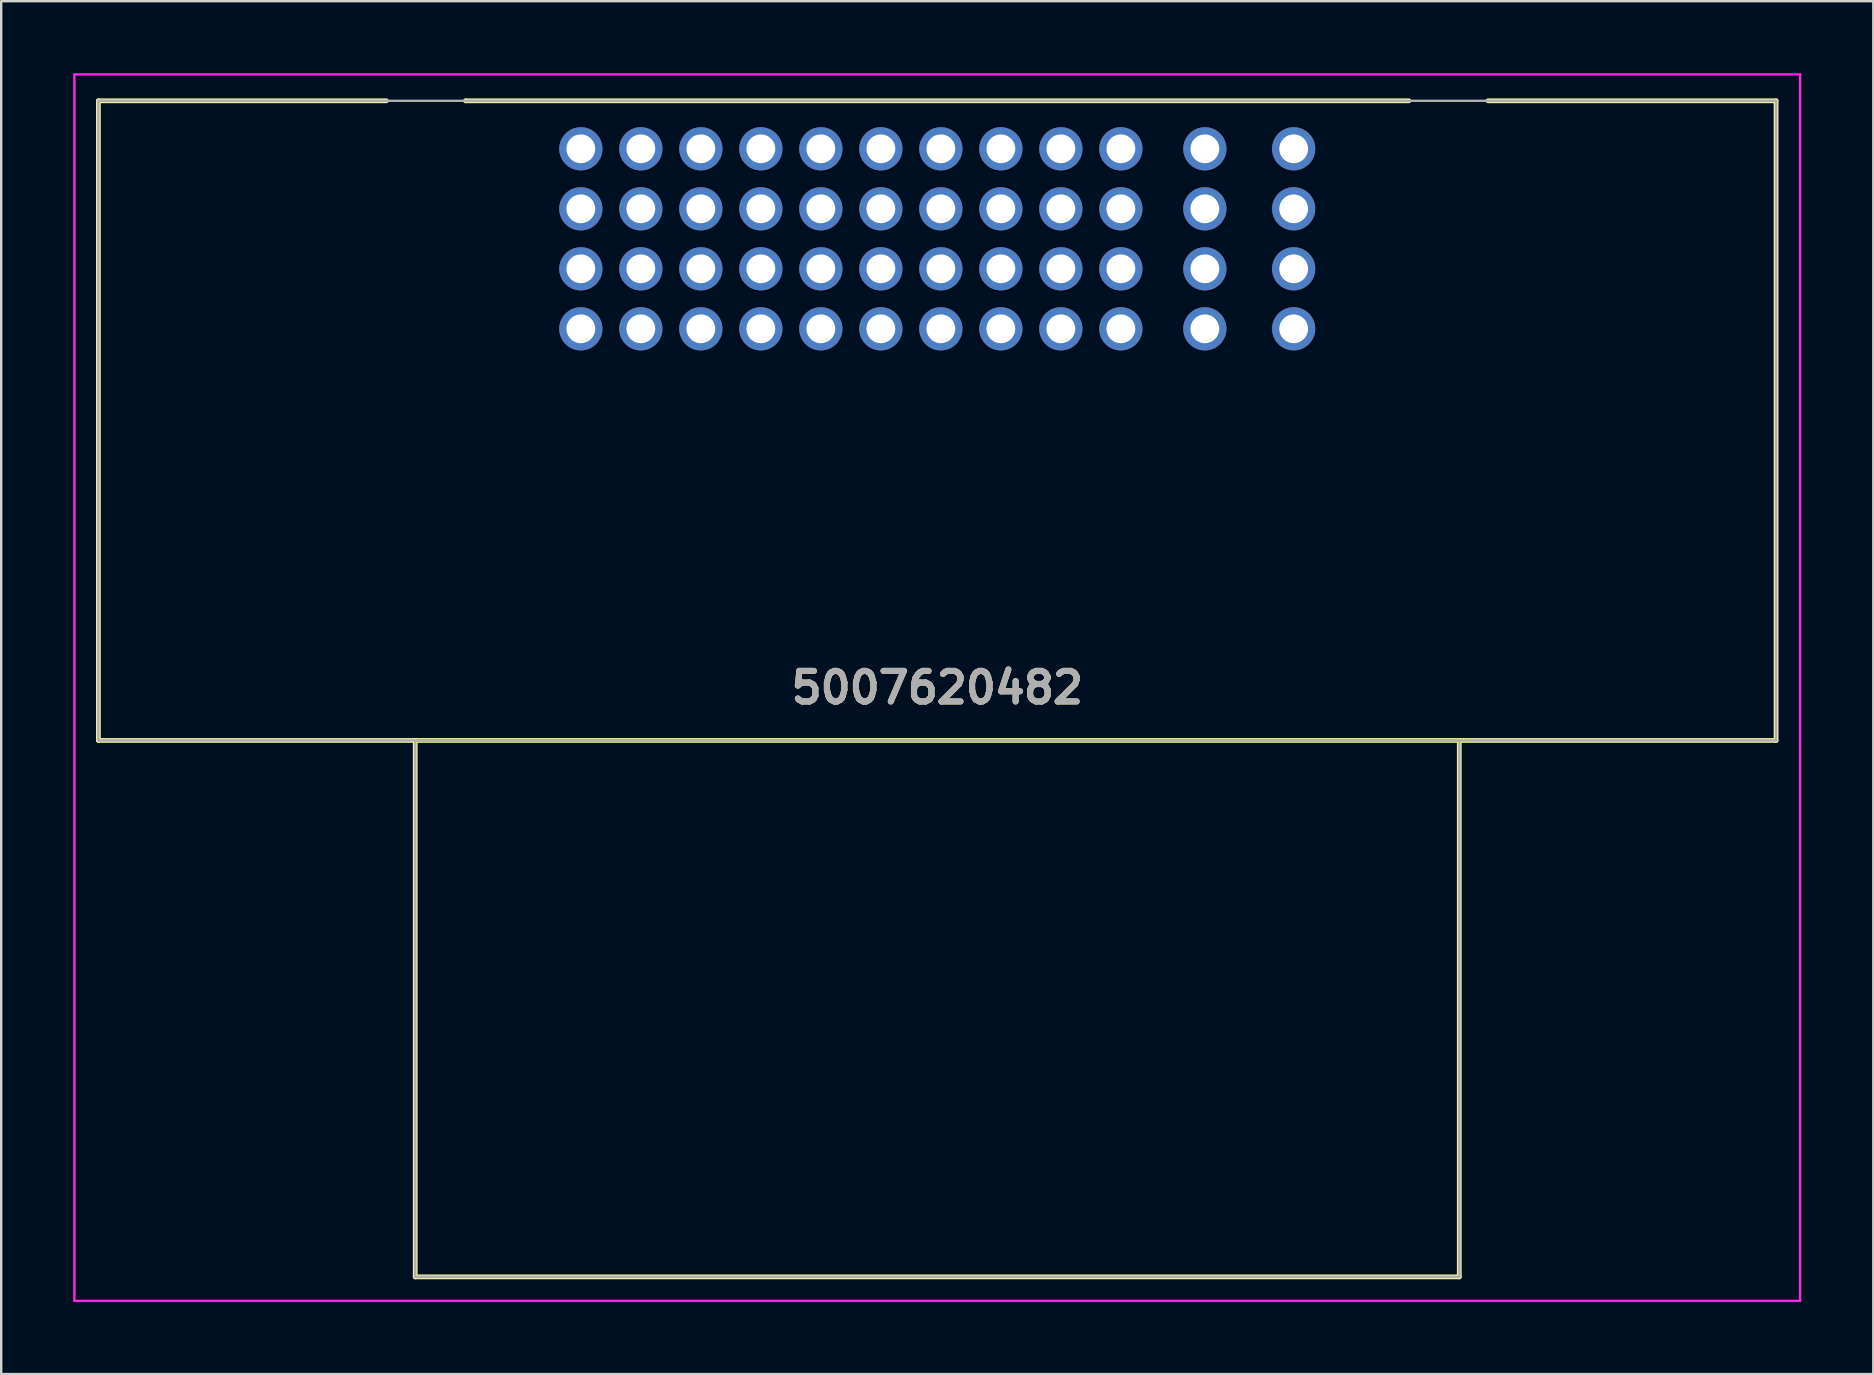
<source format=kicad_pcb>
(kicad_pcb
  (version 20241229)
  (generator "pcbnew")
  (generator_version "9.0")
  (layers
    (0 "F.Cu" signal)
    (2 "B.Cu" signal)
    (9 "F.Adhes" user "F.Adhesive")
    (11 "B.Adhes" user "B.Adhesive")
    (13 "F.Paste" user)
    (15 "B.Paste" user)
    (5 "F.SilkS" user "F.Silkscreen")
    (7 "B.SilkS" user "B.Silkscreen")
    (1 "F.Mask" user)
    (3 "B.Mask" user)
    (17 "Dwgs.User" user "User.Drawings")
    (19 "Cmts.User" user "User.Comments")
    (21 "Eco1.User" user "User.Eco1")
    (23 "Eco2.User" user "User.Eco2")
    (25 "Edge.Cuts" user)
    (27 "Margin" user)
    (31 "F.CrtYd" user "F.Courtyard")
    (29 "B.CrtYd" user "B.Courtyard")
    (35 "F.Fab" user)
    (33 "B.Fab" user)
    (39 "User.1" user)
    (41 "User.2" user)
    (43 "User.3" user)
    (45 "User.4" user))
  (footprint "5007620482"
    (layer "F.Cu")
    (at 21.15 3.15)
    (property "Reference" "5007620482" (at 14.85 22.45 0) (layer "F.SilkS") (effects (font (size 1.27 1.27) (thickness 0.254))))
    (attr through_hole)
    (fp_line (start -20.1 -2) (end -8.1 -2) (stroke (width 0.2) (type solid)) (layer "F.SilkS"))
    (fp_line (start -20.1 24.65) (end -20.1 -2) (stroke (width 0.2) (type solid)) (layer "F.SilkS"))
    (fp_line (start -6.9 24.65) (end -20.1 24.65) (stroke (width 0.2) (type solid)) (layer "F.SilkS"))
    (fp_line (start -6.9 24.65) (end 36.6 24.65) (stroke (width 0.2) (type solid)) (layer "F.SilkS"))
    (fp_line (start -6.9 47) (end -6.9 24.65) (stroke (width 0.2) (type solid)) (layer "F.SilkS"))
    (fp_line (start -4.8 -2) (end -4.8 -2) (stroke (width 0.2) (type solid)) (layer "F.SilkS"))
    (fp_line (start -4.8 -2) (end 34.5 -2) (stroke (width 0.2) (type solid)) (layer "F.SilkS"))
    (fp_line (start 36.6 24.65) (end 36.6 47) (stroke (width 0.2) (type solid)) (layer "F.SilkS"))
    (fp_line (start 36.6 47) (end -6.9 47) (stroke (width 0.2) (type solid)) (layer "F.SilkS"))
    (fp_line (start 37.8 -2) (end 49.8 -2) (stroke (width 0.2) (type solid)) (layer "F.SilkS"))
    (fp_line (start 49.8 -2) (end 49.8 24.65) (stroke (width 0.2) (type solid)) (layer "F.SilkS"))
    (fp_line (start 49.8 24.65) (end 36.6 24.65) (stroke (width 0.2) (type solid)) (layer "F.SilkS"))
    (fp_line (start -21.1 -3.1) (end 50.8 -3.1) (stroke (width 0.1) (type solid)) (layer "F.CrtYd"))
    (fp_line (start -21.1 48) (end -21.1 -3.1) (stroke (width 0.1) (type solid)) (layer "F.CrtYd"))
    (fp_line (start 50.8 -3.1) (end 50.8 48) (stroke (width 0.1) (type solid)) (layer "F.CrtYd"))
    (fp_line (start 50.8 48) (end -21.1 48) (stroke (width 0.1) (type solid)) (layer "F.CrtYd"))
    (fp_line (start -20.1 -2) (end -20.1 24.65) (stroke (width 0.1) (type solid)) (layer "F.Fab"))
    (fp_line (start -20.1 24.65) (end 49.8 24.65) (stroke (width 0.1) (type solid)) (layer "F.Fab"))
    (fp_line (start -6.9 24.65) (end 36.6 24.65) (stroke (width 0.1) (type solid)) (layer "F.Fab"))
    (fp_line (start -6.9 47) (end -6.9 24.65) (stroke (width 0.1) (type solid)) (layer "F.Fab"))
    (fp_line (start 36.6 24.65) (end 36.6 47) (stroke (width 0.1) (type solid)) (layer "F.Fab"))
    (fp_line (start 36.6 47) (end -6.9 47) (stroke (width 0.1) (type solid)) (layer "F.Fab"))
    (fp_line (start 49.8 -2) (end -20.1 -2) (stroke (width 0.1) (type solid)) (layer "F.Fab"))
    (fp_line (start 49.8 24.65) (end 49.8 -2) (stroke (width 0.1) (type solid)) (layer "F.Fab"))
    (fp_text user "${REFERENCE}" (at 14.85 22.45 0) (layer "F.Fab") (effects (font (size 1.27 1.27) (thickness 0.254))))
    (pad "" np_thru_hole circle (at -10.55 2.85) (size 0.001 0.001) (drill 4) (layers "*.Cu" "*.Mask"))
    (pad "" np_thru_hole circle (at -6.45 -1) (size 0.001 0.001) (drill 2.2) (layers "*.Cu" "*.Mask"))
    (pad "" np_thru_hole circle (at 36.15 -1) (size 0.001 0.001) (drill 2.2) (layers "*.Cu" "*.Mask"))
    (pad "" np_thru_hole circle (at 40.25 2.85) (size 0.001 0.001) (drill 4) (layers "*.Cu" "*.Mask"))
    (pad "A1" thru_hole circle (at 0 0) (size 1.8 1.8) (drill 1.2) (layers "*.Cu" "*.Mask"))
    (pad "A2" thru_hole circle (at 0 2.5) (size 1.8 1.8) (drill 1.2) (layers "*.Cu" "*.Mask"))
    (pad "A3" thru_hole circle (at 0 5) (size 1.8 1.8) (drill 1.2) (layers "*.Cu" "*.Mask"))
    (pad "A4" thru_hole circle (at 0 7.5) (size 1.8 1.8) (drill 1.2) (layers "*.Cu" "*.Mask"))
    (pad "B1" thru_hole circle (at 2.5 0) (size 1.8 1.8) (drill 1.2) (layers "*.Cu" "*.Mask"))
    (pad "B2" thru_hole circle (at 2.5 2.5) (size 1.8 1.8) (drill 1.2) (layers "*.Cu" "*.Mask"))
    (pad "B3" thru_hole circle (at 2.5 5) (size 1.8 1.8) (drill 1.2) (layers "*.Cu" "*.Mask"))
    (pad "B4" thru_hole circle (at 2.5 7.5) (size 1.8 1.8) (drill 1.2) (layers "*.Cu" "*.Mask"))
    (pad "C1" thru_hole circle (at 5 0) (size 1.8 1.8) (drill 1.2) (layers "*.Cu" "*.Mask"))
    (pad "C2" thru_hole circle (at 5 2.5) (size 1.8 1.8) (drill 1.2) (layers "*.Cu" "*.Mask"))
    (pad "C3" thru_hole circle (at 5 5) (size 1.8 1.8) (drill 1.2) (layers "*.Cu" "*.Mask"))
    (pad "C4" thru_hole circle (at 5 7.5) (size 1.8 1.8) (drill 1.2) (layers "*.Cu" "*.Mask"))
    (pad "D1" thru_hole circle (at 7.5 0) (size 1.8 1.8) (drill 1.2) (layers "*.Cu" "*.Mask"))
    (pad "D2" thru_hole circle (at 7.5 2.5) (size 1.8 1.8) (drill 1.2) (layers "*.Cu" "*.Mask"))
    (pad "D3" thru_hole circle (at 7.5 5) (size 1.8 1.8) (drill 1.2) (layers "*.Cu" "*.Mask"))
    (pad "D4" thru_hole circle (at 7.5 7.5) (size 1.8 1.8) (drill 1.2) (layers "*.Cu" "*.Mask"))
    (pad "E1" thru_hole circle (at 10 0) (size 1.8 1.8) (drill 1.2) (layers "*.Cu" "*.Mask"))
    (pad "E2" thru_hole circle (at 10 2.5) (size 1.8 1.8) (drill 1.2) (layers "*.Cu" "*.Mask"))
    (pad "E3" thru_hole circle (at 10 5) (size 1.8 1.8) (drill 1.2) (layers "*.Cu" "*.Mask"))
    (pad "E4" thru_hole circle (at 10 7.5) (size 1.8 1.8) (drill 1.2) (layers "*.Cu" "*.Mask"))
    (pad "F1" thru_hole circle (at 12.5 0) (size 1.8 1.8) (drill 1.2) (layers "*.Cu" "*.Mask"))
    (pad "F2" thru_hole circle (at 12.5 2.5) (size 1.8 1.8) (drill 1.2) (layers "*.Cu" "*.Mask"))
    (pad "F3" thru_hole circle (at 12.5 5) (size 1.8 1.8) (drill 1.2) (layers "*.Cu" "*.Mask"))
    (pad "F4" thru_hole circle (at 12.5 7.5) (size 1.8 1.8) (drill 1.2) (layers "*.Cu" "*.Mask"))
    (pad "G1" thru_hole circle (at 15 0) (size 1.8 1.8) (drill 1.2) (layers "*.Cu" "*.Mask"))
    (pad "G2" thru_hole circle (at 15 2.5) (size 1.8 1.8) (drill 1.2) (layers "*.Cu" "*.Mask"))
    (pad "G3" thru_hole circle (at 15 5) (size 1.8 1.8) (drill 1.2) (layers "*.Cu" "*.Mask"))
    (pad "G4" thru_hole circle (at 15 7.5) (size 1.8 1.8) (drill 1.2) (layers "*.Cu" "*.Mask"))
    (pad "H1" thru_hole circle (at 17.5 0) (size 1.8 1.8) (drill 1.2) (layers "*.Cu" "*.Mask"))
    (pad "H2" thru_hole circle (at 17.5 2.5) (size 1.8 1.8) (drill 1.2) (layers "*.Cu" "*.Mask"))
    (pad "H3" thru_hole circle (at 17.5 5) (size 1.8 1.8) (drill 1.2) (layers "*.Cu" "*.Mask"))
    (pad "H4" thru_hole circle (at 17.5 7.5) (size 1.8 1.8) (drill 1.2) (layers "*.Cu" "*.Mask"))
    (pad "J1" thru_hole circle (at 20 0) (size 1.8 1.8) (drill 1.2) (layers "*.Cu" "*.Mask"))
    (pad "J2" thru_hole circle (at 20 2.5) (size 1.8 1.8) (drill 1.2) (layers "*.Cu" "*.Mask"))
    (pad "J3" thru_hole circle (at 20 5) (size 1.8 1.8) (drill 1.2) (layers "*.Cu" "*.Mask"))
    (pad "J4" thru_hole circle (at 20 7.5) (size 1.8 1.8) (drill 1.2) (layers "*.Cu" "*.Mask"))
    (pad "K1" thru_hole circle (at 22.5 0) (size 1.8 1.8) (drill 1.2) (layers "*.Cu" "*.Mask"))
    (pad "K2" thru_hole circle (at 22.5 2.5) (size 1.8 1.8) (drill 1.2) (layers "*.Cu" "*.Mask"))
    (pad "K3" thru_hole circle (at 22.5 5) (size 1.8 1.8) (drill 1.2) (layers "*.Cu" "*.Mask"))
    (pad "K4" thru_hole circle (at 22.5 7.5) (size 1.8 1.8) (drill 1.2) (layers "*.Cu" "*.Mask"))
    (pad "L1" thru_hole circle (at 26 0) (size 1.8 1.8) (drill 1.2) (layers "*.Cu" "*.Mask"))
    (pad "L2" thru_hole circle (at 26 2.5) (size 1.8 1.8) (drill 1.2) (layers "*.Cu" "*.Mask"))
    (pad "L3" thru_hole circle (at 26 5) (size 1.8 1.8) (drill 1.2) (layers "*.Cu" "*.Mask"))
    (pad "L4" thru_hole circle (at 26 7.5) (size 1.8 1.8) (drill 1.2) (layers "*.Cu" "*.Mask"))
    (pad "M1" thru_hole circle (at 29.7 0) (size 1.8 1.8) (drill 1.2) (layers "*.Cu" "*.Mask"))
    (pad "M2" thru_hole circle (at 29.7 2.5) (size 1.8 1.8) (drill 1.2) (layers "*.Cu" "*.Mask"))
    (pad "M3" thru_hole circle (at 29.7 5) (size 1.8 1.8) (drill 1.2) (layers "*.Cu" "*.Mask"))
    (pad "M4" thru_hole circle (at 29.7 7.5) (size 1.8 1.8) (drill 1.2) (layers "*.Cu" "*.Mask")))
  (gr_rect
    (start -3 -3)
    (end 75 54.2)
    (stroke (width 0.1) (type default))
    (fill no)
    (layer "Edge.Cuts")))
</source>
